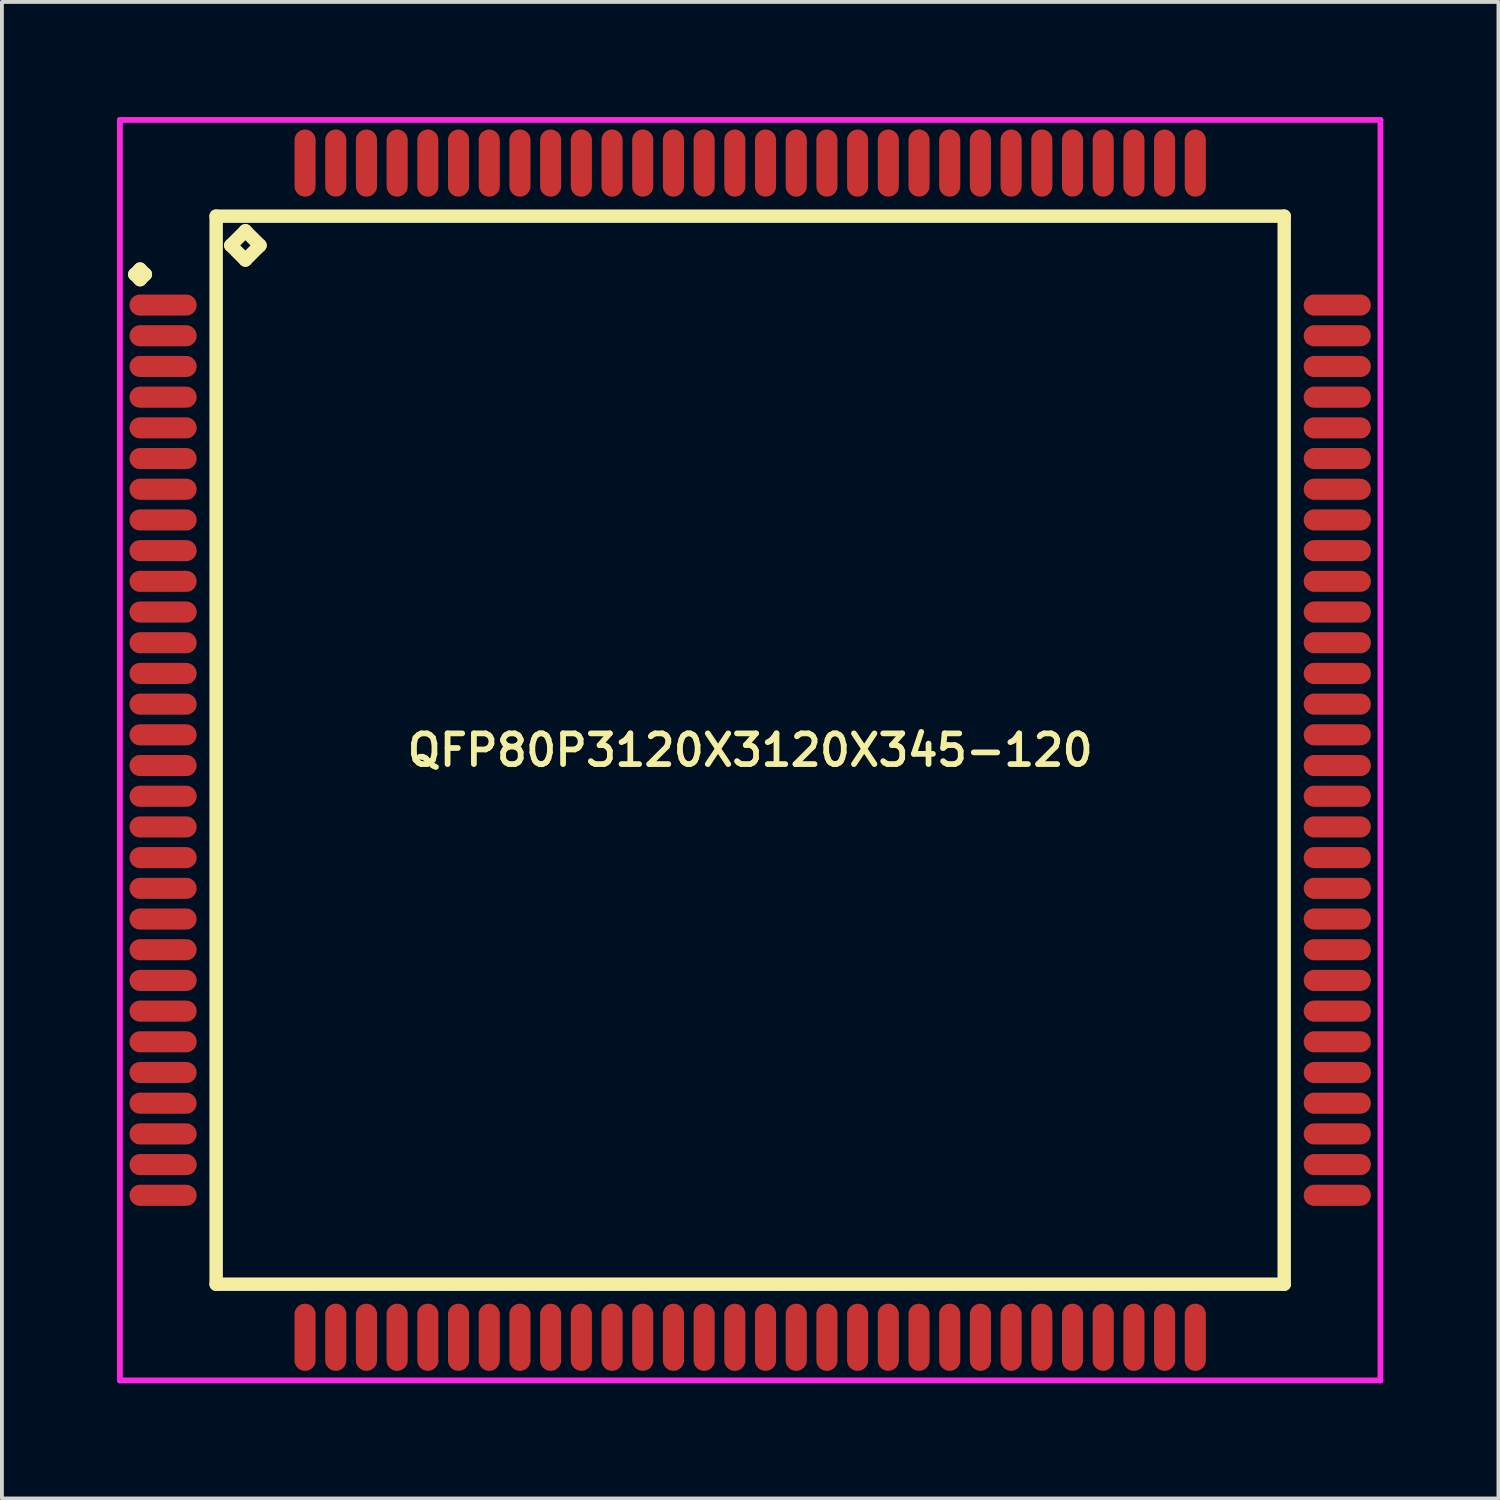
<source format=kicad_pcb>
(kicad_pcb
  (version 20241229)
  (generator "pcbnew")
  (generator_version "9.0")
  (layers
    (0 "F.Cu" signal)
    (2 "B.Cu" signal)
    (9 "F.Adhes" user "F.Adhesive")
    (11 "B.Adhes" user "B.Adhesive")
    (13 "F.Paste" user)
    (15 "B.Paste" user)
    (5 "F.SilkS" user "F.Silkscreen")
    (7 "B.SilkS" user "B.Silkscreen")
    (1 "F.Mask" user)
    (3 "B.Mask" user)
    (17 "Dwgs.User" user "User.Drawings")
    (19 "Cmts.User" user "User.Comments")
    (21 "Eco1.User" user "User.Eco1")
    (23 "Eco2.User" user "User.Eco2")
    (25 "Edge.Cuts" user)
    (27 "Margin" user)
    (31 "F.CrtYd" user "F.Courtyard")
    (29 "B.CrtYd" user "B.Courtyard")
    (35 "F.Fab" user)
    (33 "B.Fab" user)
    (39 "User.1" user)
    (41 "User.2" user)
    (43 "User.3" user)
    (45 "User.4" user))
  (footprint "QFP80P3120X3120X345-120"
    (layer "F.Cu")
    (at 16.5 16.5)
    (property "Reference" "QFP80P3120X3120X345-120" (at 0 0 0) (layer "F.SilkS") (effects (font (size 0.8 0.8) (thickness 0.15))))
    (attr smd)
    (fp_line (start -16.038 -12.4) (end -15.9 -12.537) (stroke (width 0.35) (type solid)) (layer "F.SilkS"))
    (fp_line (start -15.9 -12.537) (end -15.762 -12.4) (stroke (width 0.35) (type solid)) (layer "F.SilkS"))
    (fp_line (start -15.9 -12.262) (end -16.038 -12.4) (stroke (width 0.35) (type solid)) (layer "F.SilkS"))
    (fp_line (start -15.762 -12.4) (end -15.9 -12.262) (stroke (width 0.35) (type solid)) (layer "F.SilkS"))
    (fp_line (start -13.917 -13.917) (end -13.917 13.917) (stroke (width 0.35) (type solid)) (layer "F.SilkS"))
    (fp_line (start -13.917 13.917) (end 13.917 13.917) (stroke (width 0.35) (type solid)) (layer "F.SilkS"))
    (fp_line (start -13.536 -13.155) (end -13.155 -13.536) (stroke (width 0.35) (type solid)) (layer "F.SilkS"))
    (fp_line (start -13.155 -13.536) (end -12.774 -13.155) (stroke (width 0.35) (type solid)) (layer "F.SilkS"))
    (fp_line (start -13.155 -12.774) (end -13.536 -13.155) (stroke (width 0.35) (type solid)) (layer "F.SilkS"))
    (fp_line (start -12.774 -13.155) (end -13.155 -12.774) (stroke (width 0.35) (type solid)) (layer "F.SilkS"))
    (fp_line (start 13.917 -13.917) (end -13.917 -13.917) (stroke (width 0.35) (type solid)) (layer "F.SilkS"))
    (fp_line (start 13.917 13.917) (end 13.917 -13.917) (stroke (width 0.35) (type solid)) (layer "F.SilkS"))
    (fp_line (start -16.425 -16.425) (end 16.425 -16.425) (stroke (width 0.15) (type solid)) (layer "F.CrtYd"))
    (fp_line (start -16.425 16.425) (end -16.425 -16.425) (stroke (width 0.15) (type solid)) (layer "F.CrtYd"))
    (fp_line (start 16.425 -16.425) (end 16.425 16.425) (stroke (width 0.15) (type solid)) (layer "F.CrtYd"))
    (fp_line (start 16.425 16.425) (end -16.425 16.425) (stroke (width 0.15) (type solid)) (layer "F.CrtYd"))
    (pad "1" smd oval (at -15.3 -11.6) (size 1.75 0.55) (layers "F.Cu" "F.Mask" "F.Paste"))
    (pad "2" smd oval (at -15.3 -10.8) (size 1.75 0.55) (layers "F.Cu" "F.Mask" "F.Paste"))
    (pad "3" smd oval (at -15.3 -10) (size 1.75 0.55) (layers "F.Cu" "F.Mask" "F.Paste"))
    (pad "4" smd oval (at -15.3 -9.2) (size 1.75 0.55) (layers "F.Cu" "F.Mask" "F.Paste"))
    (pad "5" smd oval (at -15.3 -8.4) (size 1.75 0.55) (layers "F.Cu" "F.Mask" "F.Paste"))
    (pad "6" smd oval (at -15.3 -7.6) (size 1.75 0.55) (layers "F.Cu" "F.Mask" "F.Paste"))
    (pad "7" smd oval (at -15.3 -6.8) (size 1.75 0.55) (layers "F.Cu" "F.Mask" "F.Paste"))
    (pad "8" smd oval (at -15.3 -6) (size 1.75 0.55) (layers "F.Cu" "F.Mask" "F.Paste"))
    (pad "9" smd oval (at -15.3 -5.2) (size 1.75 0.55) (layers "F.Cu" "F.Mask" "F.Paste"))
    (pad "10" smd oval (at -15.3 -4.4) (size 1.75 0.55) (layers "F.Cu" "F.Mask" "F.Paste"))
    (pad "11" smd oval (at -15.3 -3.6) (size 1.75 0.55) (layers "F.Cu" "F.Mask" "F.Paste"))
    (pad "12" smd oval (at -15.3 -2.8) (size 1.75 0.55) (layers "F.Cu" "F.Mask" "F.Paste"))
    (pad "13" smd oval (at -15.3 -2) (size 1.75 0.55) (layers "F.Cu" "F.Mask" "F.Paste"))
    (pad "14" smd oval (at -15.3 -1.2) (size 1.75 0.55) (layers "F.Cu" "F.Mask" "F.Paste"))
    (pad "15" smd oval (at -15.3 -0.4) (size 1.75 0.55) (layers "F.Cu" "F.Mask" "F.Paste"))
    (pad "16" smd oval (at -15.3 0.4) (size 1.75 0.55) (layers "F.Cu" "F.Mask" "F.Paste"))
    (pad "17" smd oval (at -15.3 1.2) (size 1.75 0.55) (layers "F.Cu" "F.Mask" "F.Paste"))
    (pad "18" smd oval (at -15.3 2) (size 1.75 0.55) (layers "F.Cu" "F.Mask" "F.Paste"))
    (pad "19" smd oval (at -15.3 2.8) (size 1.75 0.55) (layers "F.Cu" "F.Mask" "F.Paste"))
    (pad "20" smd oval (at -15.3 3.6) (size 1.75 0.55) (layers "F.Cu" "F.Mask" "F.Paste"))
    (pad "21" smd oval (at -15.3 4.4) (size 1.75 0.55) (layers "F.Cu" "F.Mask" "F.Paste"))
    (pad "22" smd oval (at -15.3 5.2) (size 1.75 0.55) (layers "F.Cu" "F.Mask" "F.Paste"))
    (pad "23" smd oval (at -15.3 6) (size 1.75 0.55) (layers "F.Cu" "F.Mask" "F.Paste"))
    (pad "24" smd oval (at -15.3 6.8) (size 1.75 0.55) (layers "F.Cu" "F.Mask" "F.Paste"))
    (pad "25" smd oval (at -15.3 7.6) (size 1.75 0.55) (layers "F.Cu" "F.Mask" "F.Paste"))
    (pad "26" smd oval (at -15.3 8.4) (size 1.75 0.55) (layers "F.Cu" "F.Mask" "F.Paste"))
    (pad "27" smd oval (at -15.3 9.2) (size 1.75 0.55) (layers "F.Cu" "F.Mask" "F.Paste"))
    (pad "28" smd oval (at -15.3 10) (size 1.75 0.55) (layers "F.Cu" "F.Mask" "F.Paste"))
    (pad "29" smd oval (at -15.3 10.8) (size 1.75 0.55) (layers "F.Cu" "F.Mask" "F.Paste"))
    (pad "30" smd oval (at -15.3 11.6) (size 1.75 0.55) (layers "F.Cu" "F.Mask" "F.Paste"))
    (pad "31" smd oval (at -11.6 15.3) (size 0.55 1.75) (layers "F.Cu" "F.Mask" "F.Paste"))
    (pad "32" smd oval (at -10.8 15.3) (size 0.55 1.75) (layers "F.Cu" "F.Mask" "F.Paste"))
    (pad "33" smd oval (at -10 15.3) (size 0.55 1.75) (layers "F.Cu" "F.Mask" "F.Paste"))
    (pad "34" smd oval (at -9.2 15.3) (size 0.55 1.75) (layers "F.Cu" "F.Mask" "F.Paste"))
    (pad "35" smd oval (at -8.4 15.3) (size 0.55 1.75) (layers "F.Cu" "F.Mask" "F.Paste"))
    (pad "36" smd oval (at -7.6 15.3) (size 0.55 1.75) (layers "F.Cu" "F.Mask" "F.Paste"))
    (pad "37" smd oval (at -6.8 15.3) (size 0.55 1.75) (layers "F.Cu" "F.Mask" "F.Paste"))
    (pad "38" smd oval (at -6 15.3) (size 0.55 1.75) (layers "F.Cu" "F.Mask" "F.Paste"))
    (pad "39" smd oval (at -5.2 15.3) (size 0.55 1.75) (layers "F.Cu" "F.Mask" "F.Paste"))
    (pad "40" smd oval (at -4.4 15.3) (size 0.55 1.75) (layers "F.Cu" "F.Mask" "F.Paste"))
    (pad "41" smd oval (at -3.6 15.3) (size 0.55 1.75) (layers "F.Cu" "F.Mask" "F.Paste"))
    (pad "42" smd oval (at -2.8 15.3) (size 0.55 1.75) (layers "F.Cu" "F.Mask" "F.Paste"))
    (pad "43" smd oval (at -2 15.3) (size 0.55 1.75) (layers "F.Cu" "F.Mask" "F.Paste"))
    (pad "44" smd oval (at -1.2 15.3) (size 0.55 1.75) (layers "F.Cu" "F.Mask" "F.Paste"))
    (pad "45" smd oval (at -0.4 15.3) (size 0.55 1.75) (layers "F.Cu" "F.Mask" "F.Paste"))
    (pad "46" smd oval (at 0.4 15.3) (size 0.55 1.75) (layers "F.Cu" "F.Mask" "F.Paste"))
    (pad "47" smd oval (at 1.2 15.3) (size 0.55 1.75) (layers "F.Cu" "F.Mask" "F.Paste"))
    (pad "48" smd oval (at 2 15.3) (size 0.55 1.75) (layers "F.Cu" "F.Mask" "F.Paste"))
    (pad "49" smd oval (at 2.8 15.3) (size 0.55 1.75) (layers "F.Cu" "F.Mask" "F.Paste"))
    (pad "50" smd oval (at 3.6 15.3) (size 0.55 1.75) (layers "F.Cu" "F.Mask" "F.Paste"))
    (pad "51" smd oval (at 4.4 15.3) (size 0.55 1.75) (layers "F.Cu" "F.Mask" "F.Paste"))
    (pad "52" smd oval (at 5.2 15.3) (size 0.55 1.75) (layers "F.Cu" "F.Mask" "F.Paste"))
    (pad "53" smd oval (at 6 15.3) (size 0.55 1.75) (layers "F.Cu" "F.Mask" "F.Paste"))
    (pad "54" smd oval (at 6.8 15.3) (size 0.55 1.75) (layers "F.Cu" "F.Mask" "F.Paste"))
    (pad "55" smd oval (at 7.6 15.3) (size 0.55 1.75) (layers "F.Cu" "F.Mask" "F.Paste"))
    (pad "56" smd oval (at 8.4 15.3) (size 0.55 1.75) (layers "F.Cu" "F.Mask" "F.Paste"))
    (pad "57" smd oval (at 9.2 15.3) (size 0.55 1.75) (layers "F.Cu" "F.Mask" "F.Paste"))
    (pad "58" smd oval (at 10 15.3) (size 0.55 1.75) (layers "F.Cu" "F.Mask" "F.Paste"))
    (pad "59" smd oval (at 10.8 15.3) (size 0.55 1.75) (layers "F.Cu" "F.Mask" "F.Paste"))
    (pad "60" smd oval (at 11.6 15.3) (size 0.55 1.75) (layers "F.Cu" "F.Mask" "F.Paste"))
    (pad "61" smd oval (at 15.3 11.6) (size 1.75 0.55) (layers "F.Cu" "F.Mask" "F.Paste"))
    (pad "62" smd oval (at 15.3 10.8) (size 1.75 0.55) (layers "F.Cu" "F.Mask" "F.Paste"))
    (pad "63" smd oval (at 15.3 10) (size 1.75 0.55) (layers "F.Cu" "F.Mask" "F.Paste"))
    (pad "64" smd oval (at 15.3 9.2) (size 1.75 0.55) (layers "F.Cu" "F.Mask" "F.Paste"))
    (pad "65" smd oval (at 15.3 8.4) (size 1.75 0.55) (layers "F.Cu" "F.Mask" "F.Paste"))
    (pad "66" smd oval (at 15.3 7.6) (size 1.75 0.55) (layers "F.Cu" "F.Mask" "F.Paste"))
    (pad "67" smd oval (at 15.3 6.8) (size 1.75 0.55) (layers "F.Cu" "F.Mask" "F.Paste"))
    (pad "68" smd oval (at 15.3 6) (size 1.75 0.55) (layers "F.Cu" "F.Mask" "F.Paste"))
    (pad "69" smd oval (at 15.3 5.2) (size 1.75 0.55) (layers "F.Cu" "F.Mask" "F.Paste"))
    (pad "70" smd oval (at 15.3 4.4) (size 1.75 0.55) (layers "F.Cu" "F.Mask" "F.Paste"))
    (pad "71" smd oval (at 15.3 3.6) (size 1.75 0.55) (layers "F.Cu" "F.Mask" "F.Paste"))
    (pad "72" smd oval (at 15.3 2.8) (size 1.75 0.55) (layers "F.Cu" "F.Mask" "F.Paste"))
    (pad "73" smd oval (at 15.3 2) (size 1.75 0.55) (layers "F.Cu" "F.Mask" "F.Paste"))
    (pad "74" smd oval (at 15.3 1.2) (size 1.75 0.55) (layers "F.Cu" "F.Mask" "F.Paste"))
    (pad "75" smd oval (at 15.3 0.4) (size 1.75 0.55) (layers "F.Cu" "F.Mask" "F.Paste"))
    (pad "76" smd oval (at 15.3 -0.4) (size 1.75 0.55) (layers "F.Cu" "F.Mask" "F.Paste"))
    (pad "77" smd oval (at 15.3 -1.2) (size 1.75 0.55) (layers "F.Cu" "F.Mask" "F.Paste"))
    (pad "78" smd oval (at 15.3 -2) (size 1.75 0.55) (layers "F.Cu" "F.Mask" "F.Paste"))
    (pad "79" smd oval (at 15.3 -2.8) (size 1.75 0.55) (layers "F.Cu" "F.Mask" "F.Paste"))
    (pad "80" smd oval (at 15.3 -3.6) (size 1.75 0.55) (layers "F.Cu" "F.Mask" "F.Paste"))
    (pad "81" smd oval (at 15.3 -4.4) (size 1.75 0.55) (layers "F.Cu" "F.Mask" "F.Paste"))
    (pad "82" smd oval (at 15.3 -5.2) (size 1.75 0.55) (layers "F.Cu" "F.Mask" "F.Paste"))
    (pad "83" smd oval (at 15.3 -6) (size 1.75 0.55) (layers "F.Cu" "F.Mask" "F.Paste"))
    (pad "84" smd oval (at 15.3 -6.8) (size 1.75 0.55) (layers "F.Cu" "F.Mask" "F.Paste"))
    (pad "85" smd oval (at 15.3 -7.6) (size 1.75 0.55) (layers "F.Cu" "F.Mask" "F.Paste"))
    (pad "86" smd oval (at 15.3 -8.4) (size 1.75 0.55) (layers "F.Cu" "F.Mask" "F.Paste"))
    (pad "87" smd oval (at 15.3 -9.2) (size 1.75 0.55) (layers "F.Cu" "F.Mask" "F.Paste"))
    (pad "88" smd oval (at 15.3 -10) (size 1.75 0.55) (layers "F.Cu" "F.Mask" "F.Paste"))
    (pad "89" smd oval (at 15.3 -10.8) (size 1.75 0.55) (layers "F.Cu" "F.Mask" "F.Paste"))
    (pad "90" smd oval (at 15.3 -11.6) (size 1.75 0.55) (layers "F.Cu" "F.Mask" "F.Paste"))
    (pad "91" smd oval (at 11.6 -15.3) (size 0.55 1.75) (layers "F.Cu" "F.Mask" "F.Paste"))
    (pad "92" smd oval (at 10.8 -15.3) (size 0.55 1.75) (layers "F.Cu" "F.Mask" "F.Paste"))
    (pad "93" smd oval (at 10 -15.3) (size 0.55 1.75) (layers "F.Cu" "F.Mask" "F.Paste"))
    (pad "94" smd oval (at 9.2 -15.3) (size 0.55 1.75) (layers "F.Cu" "F.Mask" "F.Paste"))
    (pad "95" smd oval (at 8.4 -15.3) (size 0.55 1.75) (layers "F.Cu" "F.Mask" "F.Paste"))
    (pad "96" smd oval (at 7.6 -15.3) (size 0.55 1.75) (layers "F.Cu" "F.Mask" "F.Paste"))
    (pad "97" smd oval (at 6.8 -15.3) (size 0.55 1.75) (layers "F.Cu" "F.Mask" "F.Paste"))
    (pad "98" smd oval (at 6 -15.3) (size 0.55 1.75) (layers "F.Cu" "F.Mask" "F.Paste"))
    (pad "99" smd oval (at 5.2 -15.3) (size 0.55 1.75) (layers "F.Cu" "F.Mask" "F.Paste"))
    (pad "100" smd oval (at 4.4 -15.3) (size 0.55 1.75) (layers "F.Cu" "F.Mask" "F.Paste"))
    (pad "101" smd oval (at 3.6 -15.3) (size 0.55 1.75) (layers "F.Cu" "F.Mask" "F.Paste"))
    (pad "102" smd oval (at 2.8 -15.3) (size 0.55 1.75) (layers "F.Cu" "F.Mask" "F.Paste"))
    (pad "103" smd oval (at 2 -15.3) (size 0.55 1.75) (layers "F.Cu" "F.Mask" "F.Paste"))
    (pad "104" smd oval (at 1.2 -15.3) (size 0.55 1.75) (layers "F.Cu" "F.Mask" "F.Paste"))
    (pad "105" smd oval (at 0.4 -15.3) (size 0.55 1.75) (layers "F.Cu" "F.Mask" "F.Paste"))
    (pad "106" smd oval (at -0.4 -15.3) (size 0.55 1.75) (layers "F.Cu" "F.Mask" "F.Paste"))
    (pad "107" smd oval (at -1.2 -15.3) (size 0.55 1.75) (layers "F.Cu" "F.Mask" "F.Paste"))
    (pad "108" smd oval (at -2 -15.3) (size 0.55 1.75) (layers "F.Cu" "F.Mask" "F.Paste"))
    (pad "109" smd oval (at -2.8 -15.3) (size 0.55 1.75) (layers "F.Cu" "F.Mask" "F.Paste"))
    (pad "110" smd oval (at -3.6 -15.3) (size 0.55 1.75) (layers "F.Cu" "F.Mask" "F.Paste"))
    (pad "111" smd oval (at -4.4 -15.3) (size 0.55 1.75) (layers "F.Cu" "F.Mask" "F.Paste"))
    (pad "112" smd oval (at -5.2 -15.3) (size 0.55 1.75) (layers "F.Cu" "F.Mask" "F.Paste"))
    (pad "113" smd oval (at -6 -15.3) (size 0.55 1.75) (layers "F.Cu" "F.Mask" "F.Paste"))
    (pad "114" smd oval (at -6.8 -15.3) (size 0.55 1.75) (layers "F.Cu" "F.Mask" "F.Paste"))
    (pad "115" smd oval (at -7.6 -15.3) (size 0.55 1.75) (layers "F.Cu" "F.Mask" "F.Paste"))
    (pad "116" smd oval (at -8.4 -15.3) (size 0.55 1.75) (layers "F.Cu" "F.Mask" "F.Paste"))
    (pad "117" smd oval (at -9.2 -15.3) (size 0.55 1.75) (layers "F.Cu" "F.Mask" "F.Paste"))
    (pad "118" smd oval (at -10 -15.3) (size 0.55 1.75) (layers "F.Cu" "F.Mask" "F.Paste"))
    (pad "119" smd oval (at -10.8 -15.3) (size 0.55 1.75) (layers "F.Cu" "F.Mask" "F.Paste"))
    (pad "120" smd oval (at -11.6 -15.3) (size 0.55 1.75) (layers "F.Cu" "F.Mask" "F.Paste")))
  (gr_rect
    (start -3 -3)
    (end 36 36)
    (stroke (width 0.1) (type default))
    (fill no)
    (layer "Edge.Cuts")))
</source>
